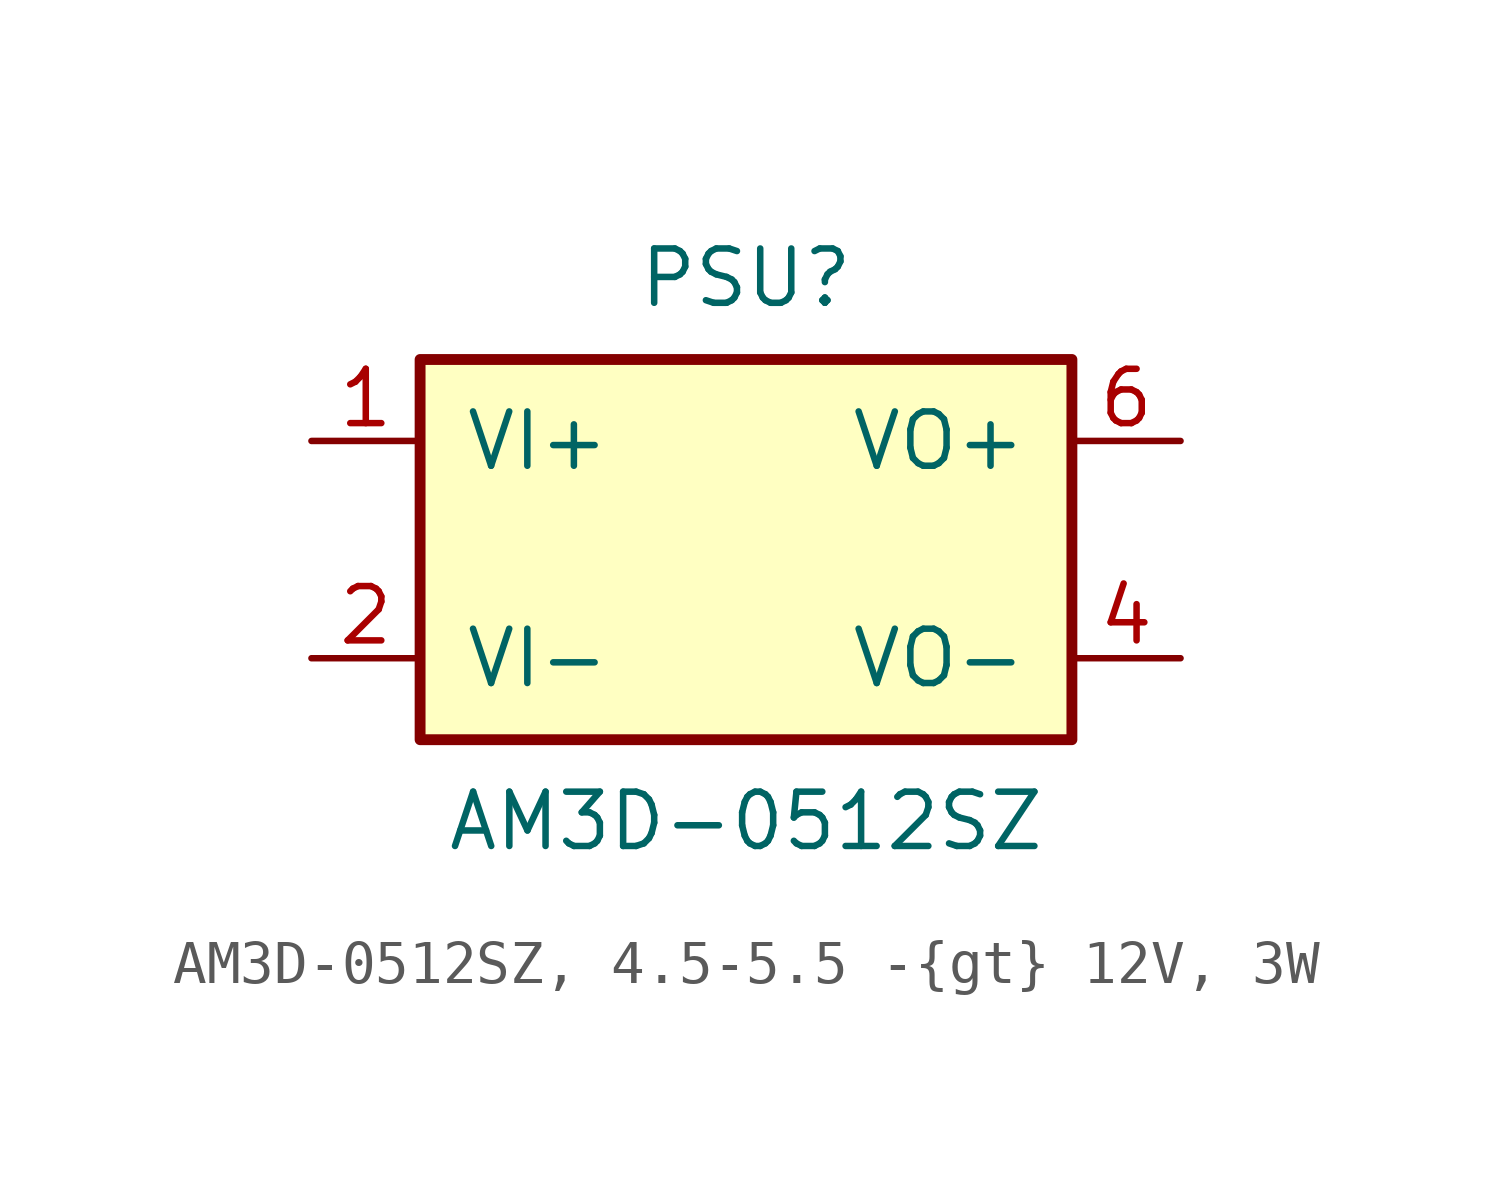
<source format=kicad_sym>
(kicad_symbol_lib
  (version 20231120)
  (generator "kicad_symbol_editor")
  (generator_version "8.0")
  (symbol "AM3D-0512SZ, 4.5-5.5 -{gt} 12V, 3W"
    (pin_names
      (offset 1.016))
    (property "Reference" "PSU"
      (at 0 6.35 0)
      (effects (font (size 1.27 1.27))))
    (property "Value" "AM3D-0512SZ"
      (at 0 -6.35 0)
      (effects (font (size 1.27 1.27))))
    (symbol "AM3D-0512SZ, 4.5-5.5 -{gt} 12V, 3W_0_1"
      (rectangle (start -7.62 4.445) (end 7.62 -4.445) (stroke (width 0.254) (type default)) (fill (type background))))
    (symbol "AM3D-0512SZ, 4.5-5.5 -{gt} 12V, 3W_1_1"
      (pin power_in line (at -10.16 2.54 0) (length 2.54) (name "VI+" (effects (font (size 1.27 1.27)))) (number "1" (effects (font (size 1.27 1.27)))))
      (pin power_in line (at -10.16 -2.54 0) (length 2.54) (name "VI-" (effects (font (size 1.27 1.27)))) (number "2" (effects (font (size 1.27 1.27)))))
      (pin power_out line (at 10.16 -2.54 180) (length 2.54) (name "VO-" (effects (font (size 1.27 1.27)))) (number "4" (effects (font (size 1.27 1.27)))))
      (pin power_out line (at 10.16 2.54 180) (length 2.54) (name "VO+" (effects (font (size 1.27 1.27)))) (number "6" (effects (font (size 1.27 1.27))))))))
</source>
